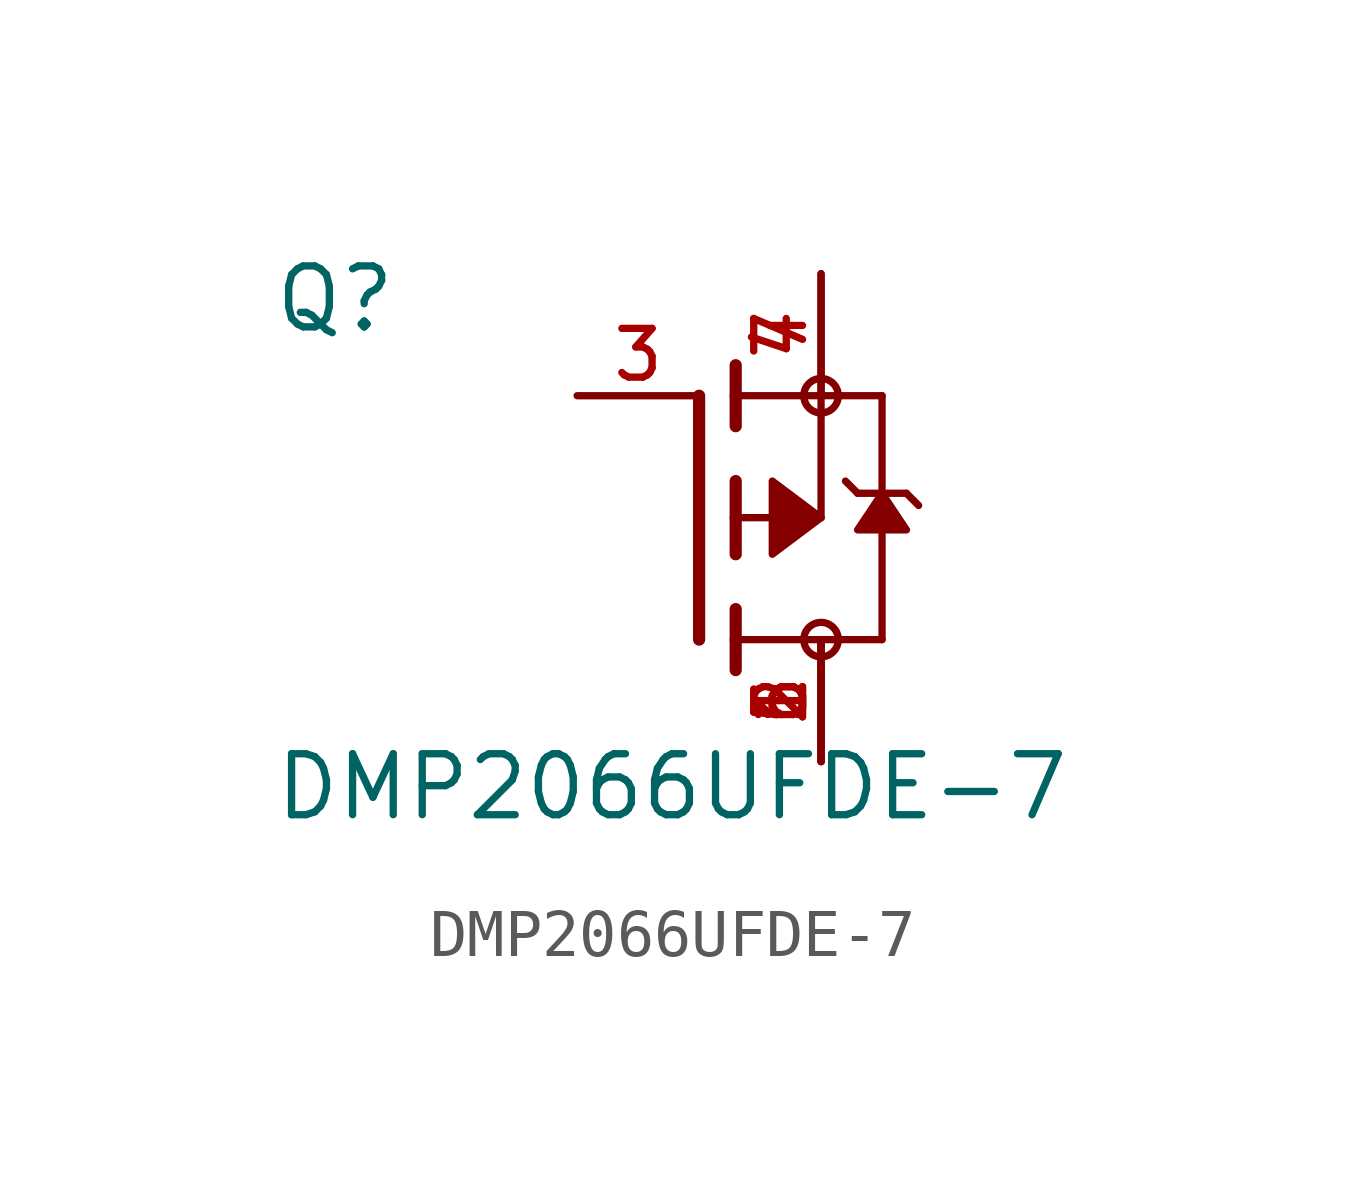
<source format=kicad_sym>
(kicad_symbol_lib
  (version 20211014)
  (generator kicad_symbol_editor)
  (symbol "DMP2066UFDE-7"
    (pin_names
      (offset 1.016))
    (property "Reference" "Q"
      (at -8.89 3.81 0)
      (effects (font (size 1.27 1.27)) (justify bottom left)))
    (property "Value" "DMP2066UFDE-7"
      (at -8.89 -6.35 0)
      (effects (font (size 1.27 1.27)) (justify bottom left)))
    (symbol "DMP2066UFDE-7_0_0"
      (polyline (pts (xy 0.762 -0.762) (xy 0.762 0.0)) (stroke (width 0.254)))
      (polyline (pts (xy 0.762 0.0) (xy 0.762 0.762)) (stroke (width 0.254)))
      (polyline (pts (xy 0.762 -3.175) (xy 0.762 -2.54)) (stroke (width 0.254)))
      (polyline (pts (xy 0.762 -2.54) (xy 0.762 -1.905)) (stroke (width 0.254)))
      (polyline (pts (xy 0.762 0.0) (xy 2.54 0.0)) (stroke (width 0.152)))
      (polyline (pts (xy 2.54 0.0) (xy 2.54 2.54)) (stroke (width 0.152)))
      (polyline (pts (xy 0.762 1.905) (xy 0.762 2.54)) (stroke (width 0.254)))
      (polyline (pts (xy 0.762 2.54) (xy 0.762 3.175)) (stroke (width 0.254)))
      (polyline (pts (xy 0.0 -2.54) (xy 0.0 2.54)) (stroke (width 0.254)))
      (polyline (pts (xy 2.54 2.54) (xy 0.762 2.54)) (stroke (width 0.152)))
      (polyline (pts (xy 3.81 -2.54) (xy 3.81 0.508)) (stroke (width 0.152)))
      (polyline (pts (xy 3.81 0.508) (xy 3.81 2.54)) (stroke (width 0.152)))
      (polyline (pts (xy 2.54 2.54) (xy 3.81 2.54)) (stroke (width 0.152)))
      (polyline (pts (xy 0.762 -2.54) (xy 3.81 -2.54)) (stroke (width 0.152)))
      (polyline (pts (xy 3.048 0.762) (xy 3.302 0.508)) (stroke (width 0.152)))
      (polyline (pts (xy 3.302 0.508) (xy 3.81 0.508)) (stroke (width 0.152)))
      (polyline (pts (xy 3.81 0.508) (xy 4.318 0.508)) (stroke (width 0.152)))
      (polyline (pts (xy 4.318 0.508) (xy 4.572 0.254)) (stroke (width 0.152)))
      (circle (center 2.54 2.54) (radius 0.359) (stroke (width 0.0)) (fill (type none)))
      (circle (center 2.54 -2.54) (radius 0.359) (stroke (width 0.0)) (fill (type none)))
      (polyline (pts (xy 3.81 0.508) (xy 4.318 -0.254) (xy 3.302 -0.254) (xy 3.81 0.508)) (stroke (width 0.152)) (fill (type outline)))
      (polyline (pts (xy 2.54 0.0) (xy 1.524 0.762) (xy 1.524 -0.762) (xy 2.54 0.0)) (stroke (width 0.152)) (fill (type outline)))
      (pin passive line (at 2.54 5.08 270.0) (length 2.54) (name "~" (effects (font (size 1.016 1.016)))) (number "4" (effects (font (size 1.016 1.016)))))
      (pin passive line (at 2.54 5.08 270.0) (length 2.54) (name "~" (effects (font (size 1.016 1.016)))) (number "7" (effects (font (size 1.016 1.016)))))
      (pin passive line (at -2.54 2.54 0) (length 2.54) (name "~" (effects (font (size 1.016 1.016)))) (number "3" (effects (font (size 1.016 1.016)))))
      (pin passive line (at 2.54 -5.08 90.0) (length 2.54) (name "~" (effects (font (size 1.016 1.016)))) (number "1" (effects (font (size 1.016 1.016)))))
      (pin passive line (at 2.54 -5.08 90.0) (length 2.54) (name "~" (effects (font (size 1.016 1.016)))) (number "2" (effects (font (size 1.016 1.016)))))
      (pin passive line (at 2.54 -5.08 90.0) (length 2.54) (name "~" (effects (font (size 1.016 1.016)))) (number "5" (effects (font (size 1.016 1.016)))))
      (pin passive line (at 2.54 -5.08 90.0) (length 2.54) (name "~" (effects (font (size 1.016 1.016)))) (number "6" (effects (font (size 1.016 1.016))))))))
</source>
